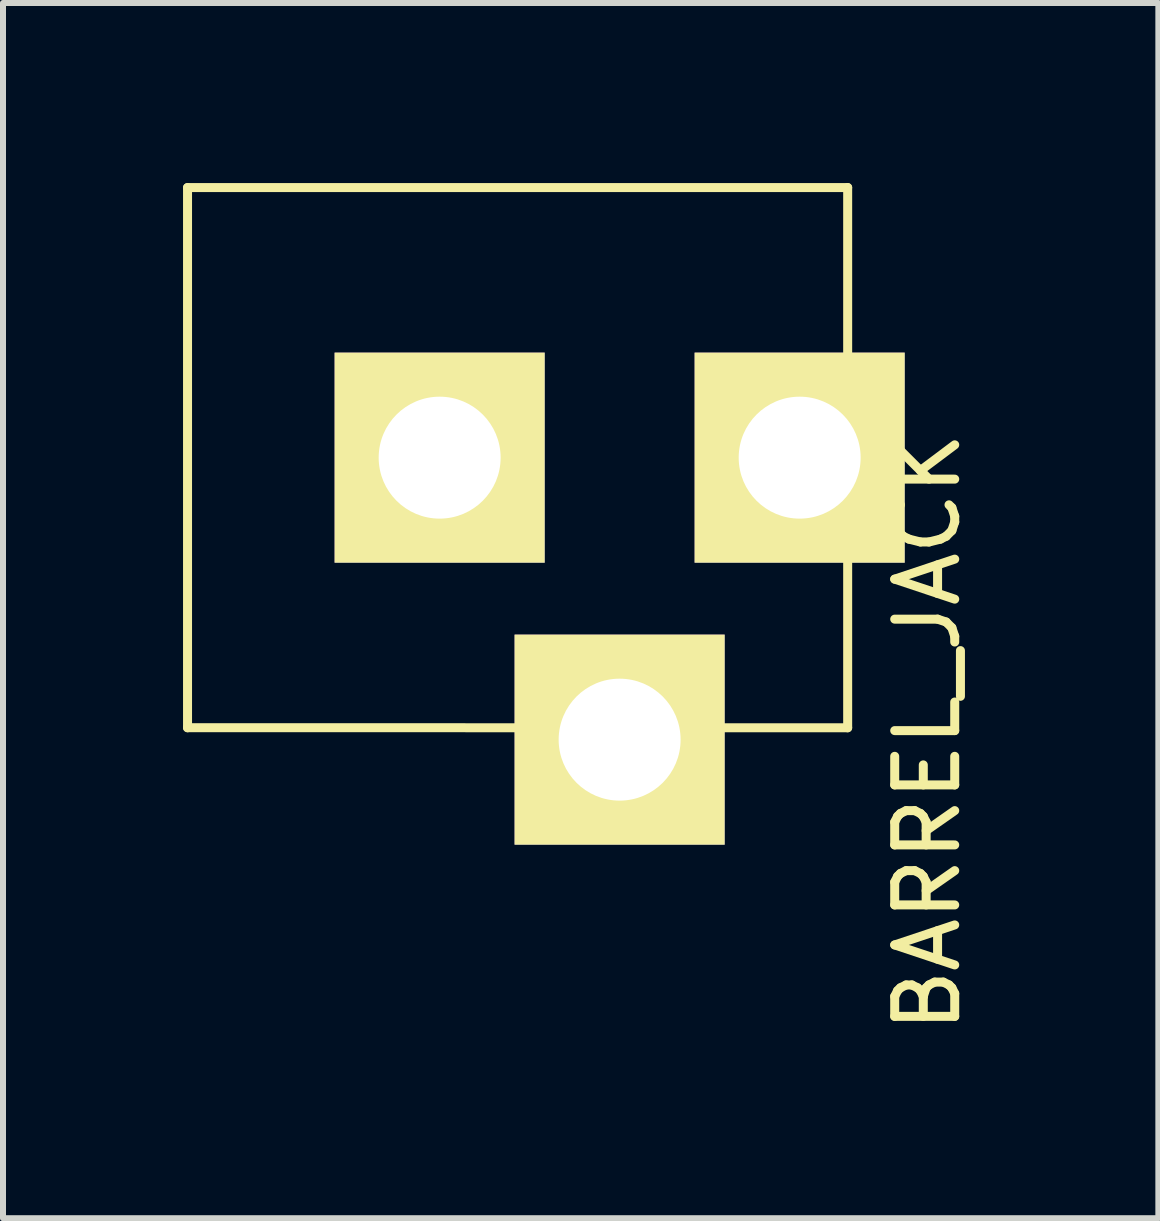
<source format=kicad_pcb>
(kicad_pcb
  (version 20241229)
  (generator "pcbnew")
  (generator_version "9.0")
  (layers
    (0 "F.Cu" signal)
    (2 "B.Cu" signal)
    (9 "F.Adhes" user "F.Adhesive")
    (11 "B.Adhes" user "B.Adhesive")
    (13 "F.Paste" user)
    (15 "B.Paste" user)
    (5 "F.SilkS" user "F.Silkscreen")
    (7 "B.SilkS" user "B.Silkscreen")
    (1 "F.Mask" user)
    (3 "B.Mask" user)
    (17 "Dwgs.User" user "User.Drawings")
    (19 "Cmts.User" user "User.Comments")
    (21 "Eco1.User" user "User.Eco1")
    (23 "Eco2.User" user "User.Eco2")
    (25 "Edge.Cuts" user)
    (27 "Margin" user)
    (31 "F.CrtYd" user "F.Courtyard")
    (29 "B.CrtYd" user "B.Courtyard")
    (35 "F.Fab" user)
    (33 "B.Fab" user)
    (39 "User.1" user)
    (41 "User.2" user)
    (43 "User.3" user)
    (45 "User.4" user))
  (footprint "BARREL_JACK"
    (layer "F.Cu")
    (at 4.075 4.576)
    (property "Reference" "BARREL_JACK" (at 8.329 4.572 90) (layer "F.SilkS") (effects (font (size 1 1) (thickness 0.15))))
    (attr through_hole)
    (fp_line (start -4 -4.501) (end -4 4.501) (stroke (width 0.15) (type solid)) (layer "F.SilkS"))
    (fp_line (start -4 4.5) (end 7 4.501) (stroke (width 0.15) (type solid)) (layer "F.SilkS"))
    (fp_line (start 7 -4.501) (end -4 -4.5) (stroke (width 0.15) (type solid)) (layer "F.SilkS"))
    (fp_line (start 7 4.501) (end 7 -4.501) (stroke (width 0.15) (type solid)) (layer "F.SilkS"))
    (pad "1" thru_hole rect (at 6.2 0) (size 3.5 3.5) (drill 2.032) (layers "*.Cu" "*.Mask" "F.SilkS"))
    (pad "2" thru_hole rect (at 0.201 0) (size 3.5 3.5) (drill 2.032) (layers "*.Cu" "*.Mask" "F.SilkS"))
    (pad "3" thru_hole rect (at 3.2 4.699) (size 3.5 3.5) (drill 2.032) (layers "*.Cu" "*.Mask" "F.SilkS")))
  (gr_rect
    (start -3 -3)
    (end 16.252 17.249)
    (stroke (width 0.1) (type default))
    (fill no)
    (layer "Edge.Cuts")))
</source>
